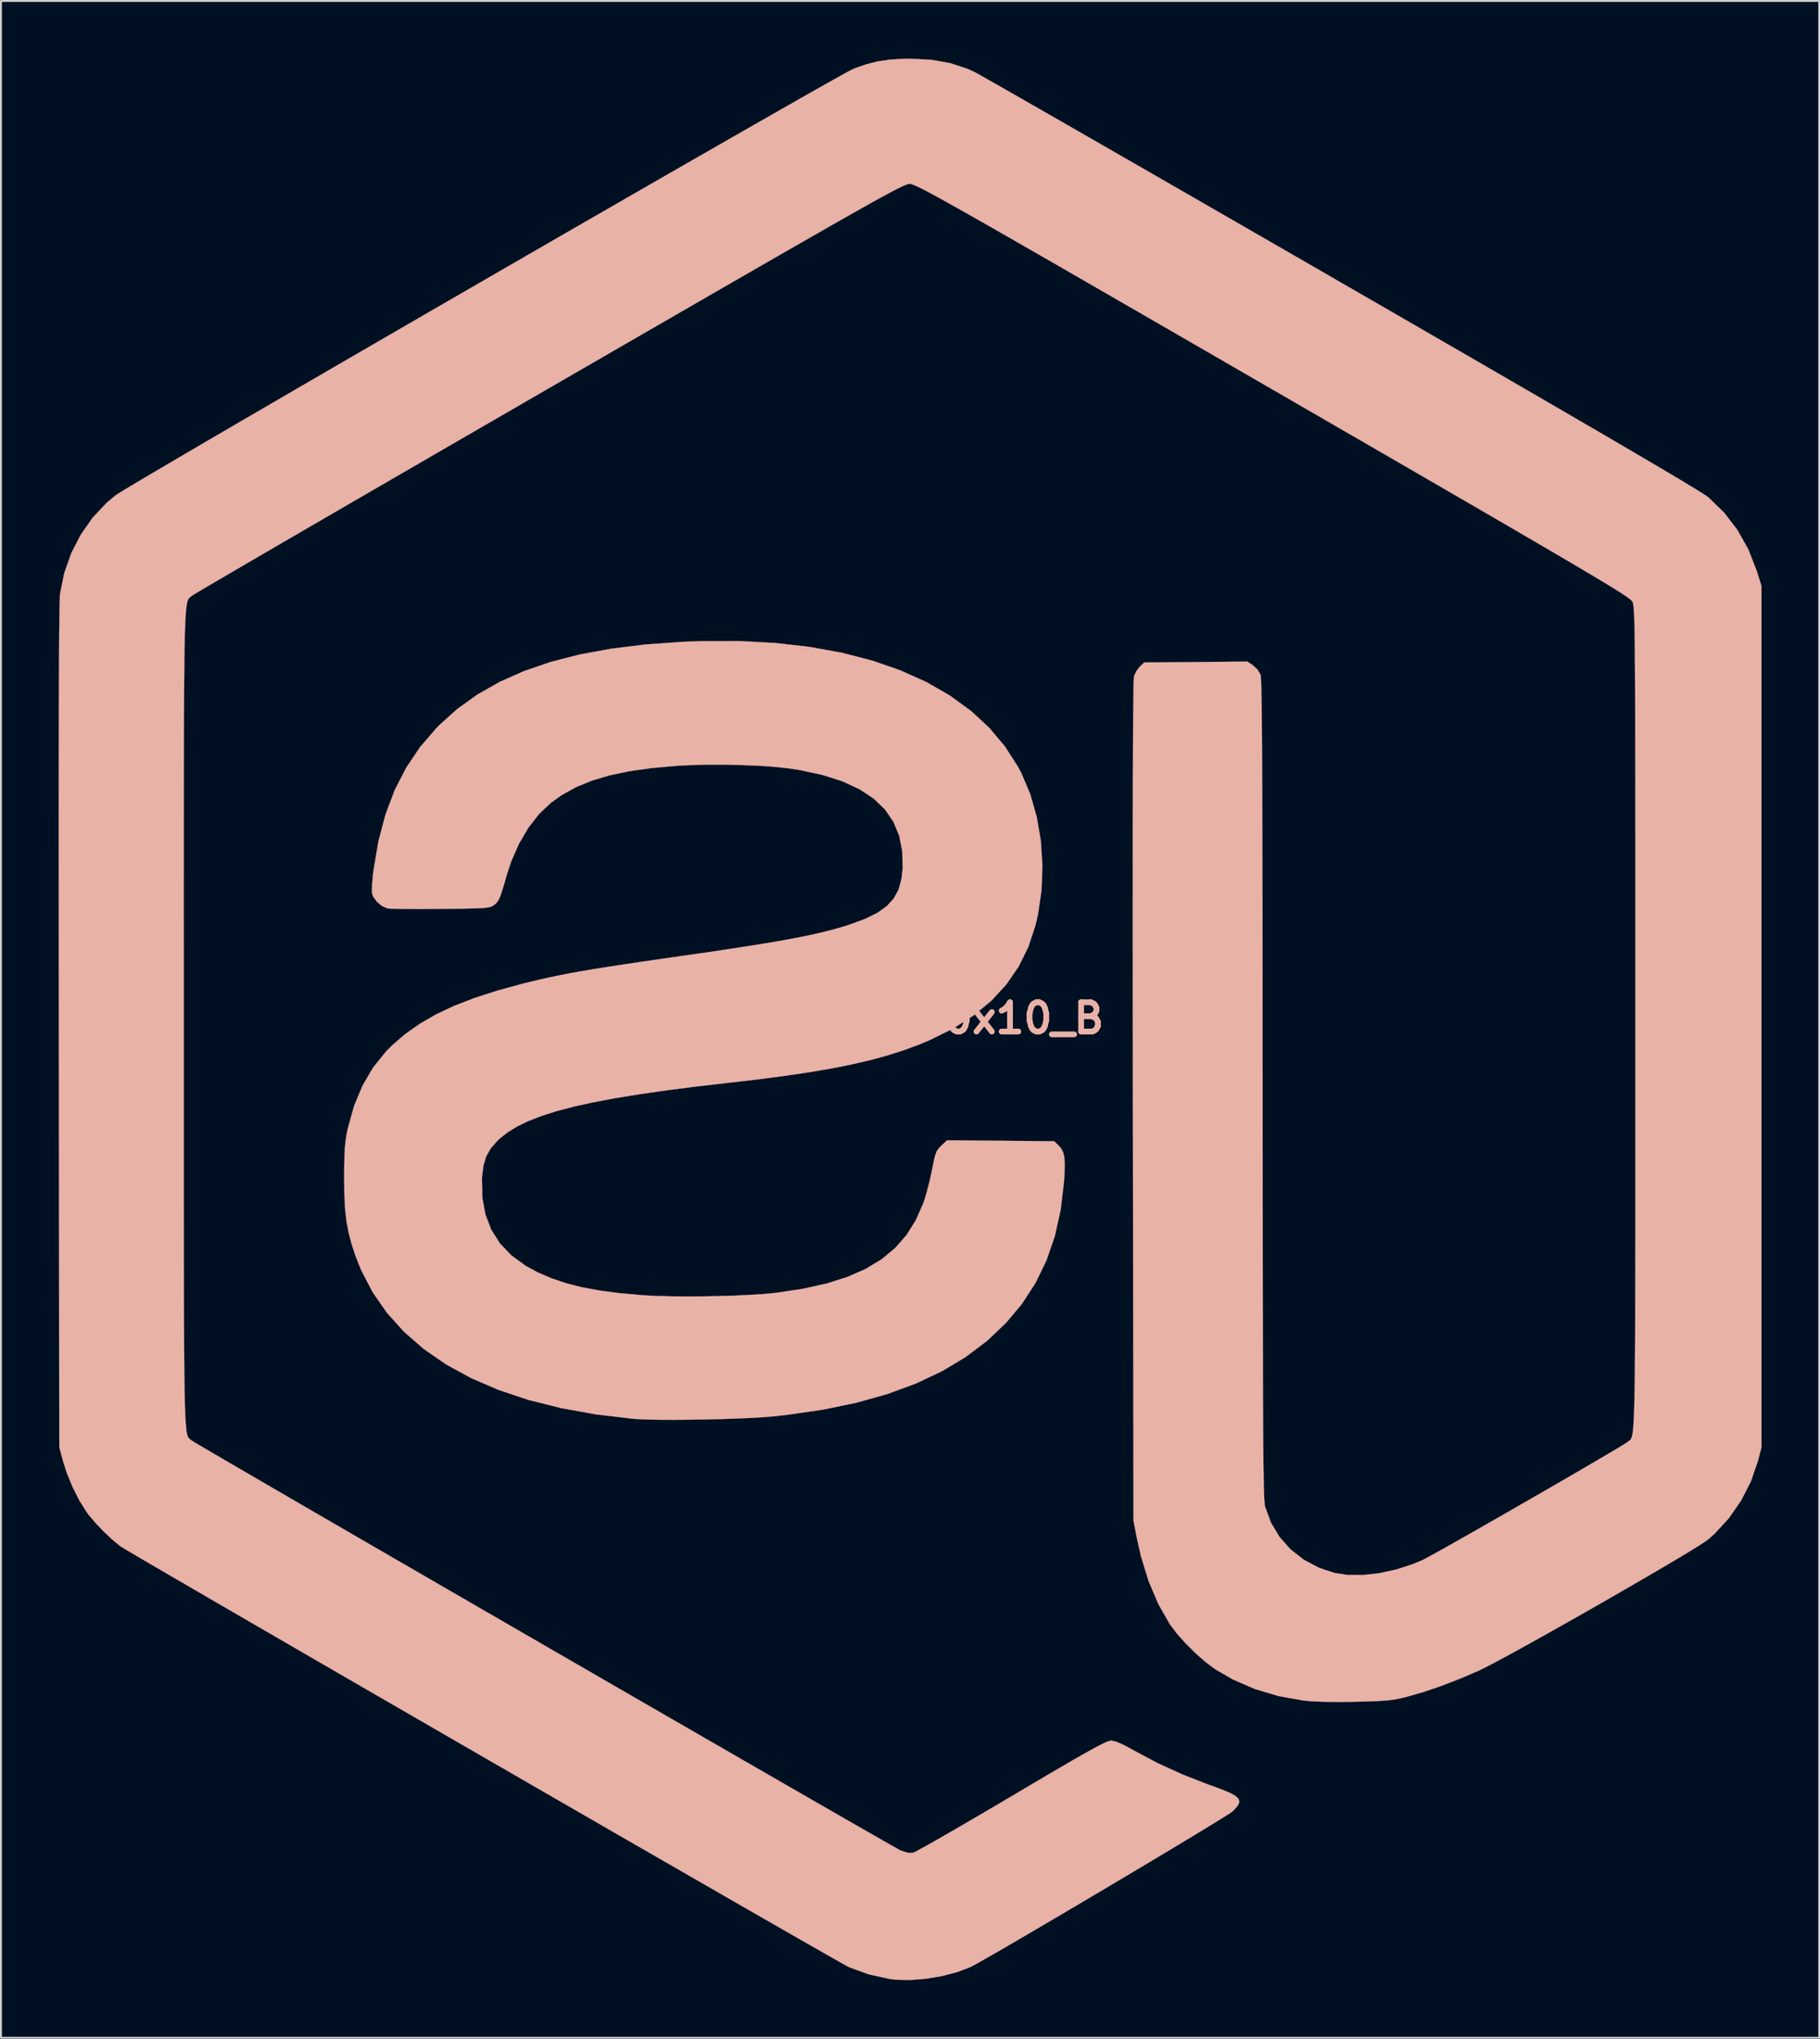
<source format=kicad_pcb>
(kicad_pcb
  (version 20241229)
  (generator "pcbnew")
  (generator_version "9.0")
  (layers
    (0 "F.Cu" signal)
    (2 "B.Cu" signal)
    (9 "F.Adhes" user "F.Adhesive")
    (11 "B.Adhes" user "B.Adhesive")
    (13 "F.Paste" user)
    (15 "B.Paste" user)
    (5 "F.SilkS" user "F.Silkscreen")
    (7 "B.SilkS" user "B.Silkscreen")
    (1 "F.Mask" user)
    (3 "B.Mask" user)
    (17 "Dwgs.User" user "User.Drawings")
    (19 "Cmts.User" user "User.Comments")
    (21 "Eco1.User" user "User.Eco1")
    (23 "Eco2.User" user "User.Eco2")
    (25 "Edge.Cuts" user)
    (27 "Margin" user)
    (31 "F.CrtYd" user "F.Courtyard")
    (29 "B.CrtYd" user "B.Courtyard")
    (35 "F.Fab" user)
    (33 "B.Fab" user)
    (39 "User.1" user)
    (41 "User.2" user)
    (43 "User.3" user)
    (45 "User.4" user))
  (footprint "node-js_10x10_B"
    (layer "F.Cu")
    (at 44.273 49.899)
    (property "Reference" "node-js_10x10_B" (at 0 0 0) (layer "B.SilkS") (effects (font (size 1.524 1.524) (thickness 0.3))))
    (attr through_hole)
    (fp_poly (pts (xy -6.986 -19.515) (xy -5.192 -19.31) (xy -3.504 -19.003) (xy -1.927 -18.595) (xy -0.466 -18.088) (xy 0.876 -17.484) (xy 2.095 -16.784) (xy 3.186 -15.991) (xy 4.145 -15.105) (xy 4.967 -14.129) (xy 5.65 -13.064) (xy 5.82 -12.742) (xy 6.281 -11.649) (xy 6.618 -10.466) (xy 6.83 -9.221) (xy 6.913 -7.943) (xy 6.865 -6.661) (xy 6.682 -5.404) (xy 6.551 -4.837) (xy 6.183 -3.721) (xy 5.679 -2.697) (xy 5.037 -1.762) (xy 4.255 -0.914) (xy 3.329 -0.149) (xy 2.258 0.534) (xy 1.039 1.139) (xy 0.466 1.377) (xy -0.323 1.667) (xy -1.158 1.932) (xy -2.056 2.176) (xy -3.033 2.403) (xy -4.102 2.614) (xy -5.282 2.814) (xy -6.586 3.006) (xy -8.031 3.192) (xy -9.356 3.345) (xy -11.089 3.546) (xy -12.662 3.748) (xy -14.081 3.952) (xy -15.356 4.16) (xy -16.493 4.376) (xy -17.502 4.599) (xy -18.39 4.834) (xy -19.166 5.081) (xy -19.837 5.343) (xy -20.411 5.621) (xy -20.898 5.919) (xy -21.305 6.237) (xy -21.447 6.371) (xy -21.789 6.763) (xy -22.023 7.172) (xy -22.167 7.643) (xy -22.241 8.222) (xy -22.248 8.342) (xy -22.23 9.316) (xy -22.069 10.201) (xy -21.762 10.998) (xy -21.31 11.708) (xy -20.712 12.333) (xy -19.967 12.875) (xy -19.368 13.201) (xy -18.654 13.51) (xy -17.894 13.769) (xy -17.064 13.982) (xy -16.139 14.154) (xy -15.094 14.291) (xy -13.907 14.398) (xy -13.885 14.4) (xy -13.231 14.435) (xy -12.459 14.456) (xy -11.605 14.464) (xy -10.707 14.459) (xy -9.801 14.441) (xy -8.924 14.412) (xy -8.113 14.371) (xy -7.404 14.321) (xy -6.926 14.272) (xy -5.544 14.064) (xy -4.313 13.79) (xy -3.225 13.445) (xy -2.273 13.026) (xy -1.45 12.527) (xy -0.748 11.943) (xy -0.16 11.271) (xy 0.321 10.505) (xy 0.703 9.641) (xy 0.796 9.372) (xy 0.908 8.991) (xy 1.028 8.52) (xy 1.138 8.034) (xy 1.184 7.807) (xy 1.265 7.397) (xy 1.336 7.115) (xy 1.411 6.92) (xy 1.507 6.774) (xy 1.638 6.637) (xy 1.654 6.622) (xy 1.952 6.343) (xy 7.522 6.392) (xy 7.74 6.598) (xy 7.89 6.768) (xy 7.992 6.97) (xy 8.052 7.232) (xy 8.074 7.584) (xy 8.062 8.054) (xy 8.036 8.477) (xy 7.864 9.95) (xy 7.56 11.318) (xy 7.124 12.587) (xy 6.551 13.765) (xy 5.841 14.856) (xy 5.018 15.837) (xy 4.035 16.77) (xy 2.929 17.604) (xy 1.7 18.343) (xy 0.342 18.985) (xy -1.146 19.534) (xy -2.768 19.989) (xy -4.527 20.353) (xy -6.426 20.626) (xy -7.154 20.703) (xy -7.684 20.745) (xy -8.331 20.782) (xy -9.066 20.814) (xy -9.858 20.84) (xy -10.679 20.859) (xy -11.497 20.871) (xy -12.283 20.876) (xy -13.007 20.873) (xy -13.64 20.861) (xy -14.15 20.84) (xy -14.38 20.824) (xy -16.32 20.595) (xy -18.136 20.267) (xy -19.825 19.843) (xy -21.386 19.322) (xy -22.815 18.706) (xy -24.112 17.997) (xy -25.275 17.195) (xy -26.3 16.302) (xy -27.187 15.318) (xy -27.933 14.246) (xy -28.536 13.085) (xy -28.811 12.397) (xy -29.023 11.76) (xy -29.183 11.16) (xy -29.296 10.555) (xy -29.369 9.906) (xy -29.407 9.172) (xy -29.417 8.31) (xy -29.417 8.297) (xy -29.412 7.652) (xy -29.4 7.14) (xy -29.379 6.728) (xy -29.345 6.381) (xy -29.297 6.063) (xy -29.235 5.757) (xy -28.904 4.566) (xy -28.46 3.498) (xy -27.902 2.548) (xy -27.225 1.711) (xy -26.92 1.405) (xy -26.235 0.816) (xy -25.479 0.283) (xy -24.638 -0.202) (xy -23.695 -0.647) (xy -22.635 -1.057) (xy -21.441 -1.442) (xy -20.098 -1.808) (xy -19.727 -1.899) (xy -19.23 -2.017) (xy -18.74 -2.127) (xy -18.238 -2.232) (xy -17.707 -2.336) (xy -17.129 -2.441) (xy -16.485 -2.55) (xy -15.758 -2.666) (xy -14.929 -2.793) (xy -13.982 -2.934) (xy -12.897 -3.092) (xy -12.023 -3.217) (xy -10.666 -3.412) (xy -9.462 -3.59) (xy -8.399 -3.754) (xy -7.461 -3.905) (xy -6.634 -4.046) (xy -5.904 -4.181) (xy -5.256 -4.311) (xy -4.678 -4.44) (xy -4.153 -4.57) (xy -3.668 -4.703) (xy -3.21 -4.843) (xy -3.09 -4.882) (xy -2.303 -5.173) (xy -1.671 -5.485) (xy -1.181 -5.835) (xy -0.818 -6.236) (xy -0.568 -6.703) (xy -0.419 -7.251) (xy -0.36 -7.779) (xy -0.378 -8.676) (xy -0.538 -9.488) (xy -0.839 -10.217) (xy -1.284 -10.864) (xy -1.874 -11.43) (xy -2.61 -11.916) (xy -3.494 -12.323) (xy -4.527 -12.653) (xy -5.709 -12.907) (xy -6.318 -13) (xy -6.997 -13.073) (xy -7.802 -13.13) (xy -8.69 -13.168) (xy -9.618 -13.187) (xy -10.543 -13.187) (xy -11.423 -13.165) (xy -12.107 -13.13) (xy -13.423 -13.012) (xy -14.59 -12.847) (xy -15.624 -12.629) (xy -16.54 -12.355) (xy -17.354 -12.019) (xy -18.081 -11.618) (xy -18.645 -11.22) (xy -19.266 -10.636) (xy -19.831 -9.912) (xy -20.324 -9.073) (xy -20.732 -8.143) (xy -20.958 -7.451) (xy -21.102 -6.946) (xy -21.215 -6.578) (xy -21.306 -6.319) (xy -21.389 -6.143) (xy -21.473 -6.022) (xy -21.571 -5.929) (xy -21.617 -5.893) (xy -21.693 -5.842) (xy -21.78 -5.802) (xy -21.899 -5.77) (xy -22.069 -5.746) (xy -22.309 -5.728) (xy -22.641 -5.715) (xy -23.083 -5.705) (xy -23.654 -5.697) (xy -24.369 -5.689) (xy -25.018 -5.684) (xy -25.623 -5.683) (xy -26.161 -5.685) (xy -26.608 -5.691) (xy -26.938 -5.699) (xy -27.13 -5.71) (xy -27.154 -5.714) (xy -27.443 -5.835) (xy -27.714 -6.061) (xy -27.91 -6.336) (xy -27.966 -6.494) (xy -27.975 -6.672) (xy -27.961 -6.973) (xy -27.929 -7.352) (xy -27.889 -7.705) (xy -27.633 -9.213) (xy -27.266 -10.599) (xy -26.784 -11.873) (xy -26.182 -13.043) (xy -25.456 -14.117) (xy -24.603 -15.107) (xy -24.47 -15.242) (xy -23.53 -16.085) (xy -22.486 -16.833) (xy -21.332 -17.489) (xy -20.063 -18.053) (xy -18.674 -18.529) (xy -17.159 -18.918) (xy -15.513 -19.22) (xy -13.73 -19.439) (xy -11.807 -19.575) (xy -10.88 -19.611) (xy -8.884 -19.616) (xy -6.986 -19.515)) (stroke (width 0.01) (type solid)) (fill yes) (layer "B.SilkS"))
    (fp_poly (pts (xy 1.15 -49.837) (xy 2.113 -49.666) (xy 3 -49.376) (xy 3.346 -49.222) (xy 3.464 -49.159) (xy 3.722 -49.014) (xy 4.113 -48.793) (xy 4.632 -48.497) (xy 5.273 -48.132) (xy 6.028 -47.7) (xy 6.891 -47.206) (xy 7.856 -46.653) (xy 8.916 -46.044) (xy 10.066 -45.384) (xy 11.298 -44.676) (xy 12.607 -43.924) (xy 13.986 -43.131) (xy 15.428 -42.301) (xy 16.927 -41.437) (xy 18.477 -40.545) (xy 20.071 -39.626) (xy 21.704 -38.685) (xy 22.424 -38.269) (xy 24.626 -36.999) (xy 26.683 -35.811) (xy 28.597 -34.705) (xy 30.37 -33.68) (xy 32.005 -32.733) (xy 33.503 -31.864) (xy 34.866 -31.071) (xy 36.096 -30.355) (xy 37.197 -29.712) (xy 38.168 -29.142) (xy 39.014 -28.644) (xy 39.735 -28.217) (xy 40.335 -27.858) (xy 40.814 -27.568) (xy 41.175 -27.345) (xy 41.421 -27.188) (xy 41.552 -27.095) (xy 41.557 -27.091) (xy 42.378 -26.296) (xy 43.075 -25.388) (xy 43.643 -24.374) (xy 44.078 -23.26) (xy 44.086 -23.236) (xy 44.323 -22.479) (xy 44.323 22.31) (xy 44.134 23.029) (xy 43.776 24.072) (xy 43.268 25.068) (xy 42.63 25.989) (xy 41.879 26.805) (xy 41.558 27.091) (xy 41.384 27.216) (xy 41.076 27.415) (xy 40.649 27.679) (xy 40.119 28) (xy 39.499 28.368) (xy 38.804 28.777) (xy 38.049 29.217) (xy 37.249 29.681) (xy 36.418 30.159) (xy 35.571 30.643) (xy 34.724 31.125) (xy 33.889 31.597) (xy 33.083 32.049) (xy 32.319 32.475) (xy 31.613 32.865) (xy 30.98 33.21) (xy 30.433 33.503) (xy 29.988 33.735) (xy 29.659 33.898) (xy 29.591 33.93) (xy 28.63 34.342) (xy 27.658 34.716) (xy 26.726 35.034) (xy 25.883 35.276) (xy 25.878 35.278) (xy 25.566 35.353) (xy 25.278 35.41) (xy 24.979 35.453) (xy 24.636 35.484) (xy 24.217 35.507) (xy 23.688 35.525) (xy 23.17 35.538) (xy 22.304 35.549) (xy 21.551 35.541) (xy 20.93 35.515) (xy 20.503 35.476) (xy 19.193 35.24) (xy 17.957 34.871) (xy 16.812 34.375) (xy 15.901 33.844) (xy 15.41 33.478) (xy 14.887 33.02) (xy 14.374 32.513) (xy 13.916 32.001) (xy 13.557 31.528) (xy 13.536 31.496) (xy 12.939 30.449) (xy 12.439 29.273) (xy 12.04 27.98) (xy 11.833 27.06) (xy 11.65 26.12) (xy 11.62 4.318) (xy 11.617 1.726) (xy 11.615 -0.697) (xy 11.613 -2.954) (xy 11.612 -5.045) (xy 11.613 -6.973) (xy 11.614 -8.738) (xy 11.615 -10.341) (xy 11.618 -11.784) (xy 11.622 -13.069) (xy 11.626 -14.196) (xy 11.631 -15.167) (xy 11.638 -15.983) (xy 11.645 -16.646) (xy 11.653 -17.157) (xy 11.661 -17.517) (xy 11.671 -17.727) (xy 11.678 -17.785) (xy 11.802 -18.055) (xy 11.98 -18.288) (xy 11.986 -18.293) (xy 12.205 -18.5) (xy 17.576 -18.549) (xy 17.868 -18.352) (xy 18.105 -18.13) (xy 18.261 -17.866) (xy 18.262 -17.862) (xy 18.273 -17.79) (xy 18.284 -17.64) (xy 18.294 -17.406) (xy 18.303 -17.084) (xy 18.311 -16.669) (xy 18.319 -16.155) (xy 18.326 -15.539) (xy 18.332 -14.816) (xy 18.338 -13.98) (xy 18.343 -13.027) (xy 18.348 -11.952) (xy 18.352 -10.751) (xy 18.356 -9.417) (xy 18.359 -7.948) (xy 18.361 -6.337) (xy 18.364 -4.581) (xy 18.366 -2.673) (xy 18.367 -0.61) (xy 18.368 1.613) (xy 18.369 3.683) (xy 18.37 5.959) (xy 18.371 8.071) (xy 18.372 10.026) (xy 18.373 11.83) (xy 18.375 13.488) (xy 18.377 15.008) (xy 18.379 16.394) (xy 18.382 17.653) (xy 18.385 18.791) (xy 18.388 19.814) (xy 18.393 20.727) (xy 18.397 21.538) (xy 18.402 22.252) (xy 18.408 22.875) (xy 18.415 23.413) (xy 18.422 23.872) (xy 18.43 24.258) (xy 18.438 24.577) (xy 18.448 24.836) (xy 18.458 25.039) (xy 18.469 25.194) (xy 18.481 25.306) (xy 18.494 25.382) (xy 18.498 25.396) (xy 18.802 26.224) (xy 19.248 26.967) (xy 19.822 27.615) (xy 20.511 28.154) (xy 21.303 28.573) (xy 22.098 28.839) (xy 22.796 28.946) (xy 23.588 28.949) (xy 24.438 28.853) (xy 25.31 28.664) (xy 26.169 28.387) (xy 26.704 28.162) (xy 26.875 28.074) (xy 27.171 27.913) (xy 27.58 27.687) (xy 28.084 27.404) (xy 28.671 27.072) (xy 29.325 26.701) (xy 30.032 26.298) (xy 30.778 25.872) (xy 31.546 25.431) (xy 32.324 24.984) (xy 33.096 24.539) (xy 33.848 24.104) (xy 34.564 23.689) (xy 35.231 23.3) (xy 35.834 22.948) (xy 36.358 22.64) (xy 36.788 22.385) (xy 37.111 22.19) (xy 37.31 22.066) (xy 37.368 22.025) (xy 37.409 21.992) (xy 37.447 21.964) (xy 37.482 21.936) (xy 37.515 21.9) (xy 37.545 21.851) (xy 37.572 21.782) (xy 37.597 21.688) (xy 37.62 21.561) (xy 37.641 21.397) (xy 37.659 21.189) (xy 37.676 20.93) (xy 37.69 20.615) (xy 37.703 20.236) (xy 37.714 19.789) (xy 37.724 19.267) (xy 37.732 18.664) (xy 37.739 17.973) (xy 37.745 17.188) (xy 37.75 16.304) (xy 37.753 15.314) (xy 37.756 14.211) (xy 37.758 12.99) (xy 37.76 11.645) (xy 37.761 10.169) (xy 37.761 8.556) (xy 37.762 6.8) (xy 37.762 4.894) (xy 37.761 2.833) (xy 37.761 0.611) (xy 37.761 0.024) (xy 37.761 -2.226) (xy 37.761 -4.313) (xy 37.761 -6.243) (xy 37.76 -8.022) (xy 37.76 -9.657) (xy 37.759 -11.154) (xy 37.758 -12.519) (xy 37.756 -13.758) (xy 37.754 -14.877) (xy 37.752 -15.883) (xy 37.749 -16.783) (xy 37.745 -17.581) (xy 37.741 -18.284) (xy 37.736 -18.9) (xy 37.731 -19.433) (xy 37.725 -19.89) (xy 37.718 -20.277) (xy 37.71 -20.601) (xy 37.702 -20.868) (xy 37.692 -21.084) (xy 37.682 -21.254) (xy 37.671 -21.387) (xy 37.658 -21.486) (xy 37.645 -21.56) (xy 37.63 -21.614) (xy 37.614 -21.654) (xy 37.604 -21.674) (xy 37.576 -21.712) (xy 37.522 -21.763) (xy 37.437 -21.83) (xy 37.316 -21.917) (xy 37.154 -22.026) (xy 36.946 -22.161) (xy 36.686 -22.325) (xy 36.369 -22.52) (xy 35.989 -22.75) (xy 35.543 -23.017) (xy 35.023 -23.326) (xy 34.426 -23.679) (xy 33.746 -24.078) (xy 32.978 -24.528) (xy 32.116 -25.031) (xy 31.155 -25.591) (xy 30.091 -26.209) (xy 28.917 -26.891) (xy 27.629 -27.637) (xy 26.221 -28.453) (xy 24.688 -29.34) (xy 23.026 -30.301) (xy 21.228 -31.341) (xy 19.289 -32.462) (xy 18.914 -32.679) (xy 16.96 -33.808) (xy 15.147 -34.855) (xy 13.47 -35.824) (xy 11.923 -36.717) (xy 10.502 -37.537) (xy 9.199 -38.288) (xy 8.012 -38.972) (xy 6.933 -39.593) (xy 5.957 -40.153) (xy 5.079 -40.656) (xy 4.295 -41.105) (xy 3.597 -41.502) (xy 2.981 -41.851) (xy 2.442 -42.155) (xy 1.974 -42.417) (xy 1.572 -42.639) (xy 1.23 -42.826) (xy 0.943 -42.979) (xy 0.705 -43.103) (xy 0.512 -43.2) (xy 0.357 -43.273) (xy 0.236 -43.325) (xy 0.143 -43.359) (xy 0.073 -43.379) (xy 0.019 -43.387) (xy 0 -43.388) (xy -0.048 -43.383) (xy -0.113 -43.367) (xy -0.199 -43.337) (xy -0.313 -43.289) (xy -0.46 -43.222) (xy -0.644 -43.13) (xy -0.872 -43.013) (xy -1.148 -42.866) (xy -1.479 -42.686) (xy -1.869 -42.471) (xy -2.325 -42.217) (xy -2.85 -41.921) (xy -3.452 -41.581) (xy -4.135 -41.192) (xy -4.904 -40.753) (xy -5.765 -40.26) (xy -6.724 -39.71) (xy -7.786 -39.099) (xy -8.956 -38.426) (xy -10.239 -37.687) (xy -11.641 -36.878) (xy -13.168 -35.997) (xy -14.825 -35.04) (xy -16.617 -34.005) (xy -18.549 -32.889) (xy -18.754 -32.771) (xy -20.387 -31.826) (xy -21.984 -30.903) (xy -23.537 -30.005) (xy -25.04 -29.135) (xy -26.486 -28.297) (xy -27.87 -27.495) (xy -29.186 -26.733) (xy -30.426 -26.013) (xy -31.584 -25.34) (xy -32.655 -24.718) (xy -33.633 -24.149) (xy -34.509 -23.639) (xy -35.279 -23.189) (xy -35.937 -22.805) (xy -36.475 -22.489) (xy -36.887 -22.245) (xy -37.168 -22.078) (xy -37.311 -21.99) (xy -37.328 -21.979) (xy -37.373 -21.942) (xy -37.415 -21.912) (xy -37.454 -21.882) (xy -37.49 -21.845) (xy -37.523 -21.797) (xy -37.553 -21.729) (xy -37.581 -21.636) (xy -37.606 -21.513) (xy -37.629 -21.352) (xy -37.649 -21.148) (xy -37.667 -20.894) (xy -37.683 -20.585) (xy -37.698 -20.213) (xy -37.71 -19.773) (xy -37.721 -19.259) (xy -37.73 -18.665) (xy -37.737 -17.983) (xy -37.744 -17.209) (xy -37.749 -16.335) (xy -37.753 -15.357) (xy -37.756 -14.266) (xy -37.758 -13.058) (xy -37.76 -11.726) (xy -37.761 -10.264) (xy -37.761 -8.666) (xy -37.762 -6.925) (xy -37.762 -5.036) (xy -37.761 -2.991) (xy -37.761 -0.786) (xy -37.761 0) (xy -37.761 2.26) (xy -37.761 4.358) (xy -37.761 6.298) (xy -37.761 8.087) (xy -37.761 9.732) (xy -37.76 11.239) (xy -37.758 12.613) (xy -37.756 13.861) (xy -37.754 14.99) (xy -37.75 16.005) (xy -37.745 16.913) (xy -37.74 17.719) (xy -37.733 18.43) (xy -37.724 19.053) (xy -37.715 19.593) (xy -37.704 20.056) (xy -37.691 20.449) (xy -37.677 20.779) (xy -37.66 21.05) (xy -37.642 21.269) (xy -37.622 21.444) (xy -37.599 21.578) (xy -37.574 21.68) (xy -37.547 21.755) (xy -37.518 21.809) (xy -37.485 21.849) (xy -37.45 21.88) (xy -37.412 21.909) (xy -37.371 21.942) (xy -37.371 21.943) (xy -37.283 21.999) (xy -37.055 22.135) (xy -36.696 22.346) (xy -36.214 22.629) (xy -35.615 22.979) (xy -34.907 23.392) (xy -34.098 23.862) (xy -33.196 24.387) (xy -32.208 24.96) (xy -31.142 25.579) (xy -30.006 26.238) (xy -28.806 26.933) (xy -27.551 27.66) (xy -26.248 28.414) (xy -24.905 29.191) (xy -23.53 29.987) (xy -22.13 30.797) (xy -20.713 31.616) (xy -19.285 32.441) (xy -17.856 33.267) (xy -16.433 34.089) (xy -15.022 34.904) (xy -13.633 35.706) (xy -12.272 36.491) (xy -10.947 37.255) (xy -9.665 37.994) (xy -8.435 38.703) (xy -7.264 39.378) (xy -6.159 40.014) (xy -5.129 40.607) (xy -4.18 41.152) (xy -3.32 41.646) (xy -2.558 42.083) (xy -1.9 42.459) (xy -1.354 42.771) (xy -0.928 43.013) (xy -0.629 43.181) (xy -0.466 43.27) (xy -0.44 43.283) (xy -0.064 43.397) (xy 0.183 43.389) (xy 0.299 43.337) (xy 0.547 43.205) (xy 0.915 43.001) (xy 1.391 42.733) (xy 1.961 42.406) (xy 2.613 42.03) (xy 3.333 41.61) (xy 4.11 41.155) (xy 4.93 40.672) (xy 5.318 40.443) (xy 6.31 39.856) (xy 7.166 39.351) (xy 7.898 38.922) (xy 8.515 38.564) (xy 9.027 38.271) (xy 9.445 38.037) (xy 9.778 37.857) (xy 10.037 37.724) (xy 10.232 37.635) (xy 10.372 37.582) (xy 10.468 37.56) (xy 10.494 37.559) (xy 10.722 37.605) (xy 11.052 37.741) (xy 11.496 37.971) (xy 11.726 38.101) (xy 12.904 38.728) (xy 14.182 39.312) (xy 15.49 39.824) (xy 15.612 39.868) (xy 16.205 40.083) (xy 16.647 40.266) (xy 16.946 40.428) (xy 17.113 40.581) (xy 17.159 40.738) (xy 17.095 40.91) (xy 16.93 41.111) (xy 16.792 41.245) (xy 16.68 41.325) (xy 16.434 41.483) (xy 16.068 41.711) (xy 15.594 42.002) (xy 15.024 42.349) (xy 14.373 42.742) (xy 13.652 43.176) (xy 12.875 43.642) (xy 12.054 44.132) (xy 11.201 44.64) (xy 10.331 45.157) (xy 9.455 45.677) (xy 8.586 46.19) (xy 7.738 46.691) (xy 6.922 47.17) (xy 6.152 47.622) (xy 5.441 48.037) (xy 4.801 48.409) (xy 4.245 48.729) (xy 3.786 48.991) (xy 3.437 49.187) (xy 3.21 49.308) (xy 3.158 49.334) (xy 2.465 49.598) (xy 1.676 49.803) (xy 0.844 49.942) (xy 0.024 50.006) (xy -0.732 49.988) (xy -1.032 49.952) (xy -2.118 49.714) (xy -3.087 49.363) (xy -3.175 49.323) (xy -3.299 49.257) (xy -3.562 49.111) (xy -3.955 48.889) (xy -4.472 48.595) (xy -5.103 48.235) (xy -5.843 47.812) (xy -6.683 47.331) (xy -7.616 46.796) (xy -8.634 46.212) (xy -9.729 45.582) (xy -10.894 44.912) (xy -12.122 44.206) (xy -13.404 43.467) (xy -14.734 42.702) (xy -16.103 41.913) (xy -17.504 41.105) (xy -18.929 40.283) (xy -20.371 39.451) (xy -21.822 38.614) (xy -23.274 37.775) (xy -24.721 36.939) (xy -26.154 36.111) (xy -27.566 35.295) (xy -28.948 34.496) (xy -30.295 33.717) (xy -31.597 32.963) (xy -32.848 32.239) (xy -34.039 31.548) (xy -35.164 30.896) (xy -36.214 30.287) (xy -37.182 29.724) (xy -38.061 29.213) (xy -38.842 28.758) (xy -39.519 28.363) (xy -40.083 28.033) (xy -40.527 27.772) (xy -40.844 27.584) (xy -41.025 27.473) (xy -41.063 27.448) (xy -41.471 27.114) (xy -41.914 26.698) (xy -42.341 26.252) (xy -42.7 25.83) (xy -42.81 25.683) (xy -43.194 25.072) (xy -43.553 24.359) (xy -43.858 23.611) (xy -44.045 23.02) (xy -44.236 22.31) (xy -44.261 0.466) (xy -44.264 -2.054) (xy -44.266 -4.407) (xy -44.267 -6.597) (xy -44.268 -8.628) (xy -44.268 -10.502) (xy -44.267 -12.223) (xy -44.265 -13.794) (xy -44.262 -15.218) (xy -44.259 -16.499) (xy -44.255 -17.64) (xy -44.25 -18.644) (xy -44.245 -19.513) (xy -44.238 -20.253) (xy -44.231 -20.865) (xy -44.223 -21.352) (xy -44.214 -21.719) (xy -44.204 -21.968) (xy -44.194 -22.098) (xy -43.977 -23.162) (xy -43.613 -24.188) (xy -43.117 -25.152) (xy -42.502 -26.03) (xy -41.78 -26.799) (xy -41.311 -27.191) (xy -41.175 -27.281) (xy -40.9 -27.451) (xy -40.494 -27.695) (xy -39.965 -28.01) (xy -39.32 -28.392) (xy -38.567 -28.835) (xy -37.713 -29.336) (xy -36.767 -29.89) (xy -35.735 -30.493) (xy -34.625 -31.14) (xy -33.445 -31.826) (xy -32.203 -32.549) (xy -30.906 -33.302) (xy -29.562 -34.082) (xy -28.178 -34.884) (xy -26.762 -35.704) (xy -25.322 -36.538) (xy -23.865 -37.38) (xy -22.399 -38.228) (xy -20.931 -39.075) (xy -19.47 -39.919) (xy -18.022 -40.754) (xy -16.596 -41.576) (xy -15.198 -42.38) (xy -13.837 -43.163) (xy -12.521 -43.92) (xy -11.256 -44.646) (xy -10.05 -45.337) (xy -8.912 -45.989) (xy -7.848 -46.597) (xy -6.867 -47.157) (xy -5.975 -47.665) (xy -5.181 -48.116) (xy -4.492 -48.505) (xy -3.916 -48.828) (xy -3.46 -49.082) (xy -3.133 -49.261) (xy -2.94 -49.36) (xy -2.902 -49.378) (xy -2.258 -49.604) (xy -1.647 -49.758) (xy -1.013 -49.85) (xy -0.299 -49.89) (xy 0.085 -49.894) (xy 1.15 -49.837)) (stroke (width 0.01) (type solid)) (fill yes) (layer "B.SilkS")))
  (gr_rect
    (start -3 -3)
    (end 91.601 102.91)
    (stroke (width 0.1) (type default))
    (fill no)
    (layer "Edge.Cuts")))
</source>
